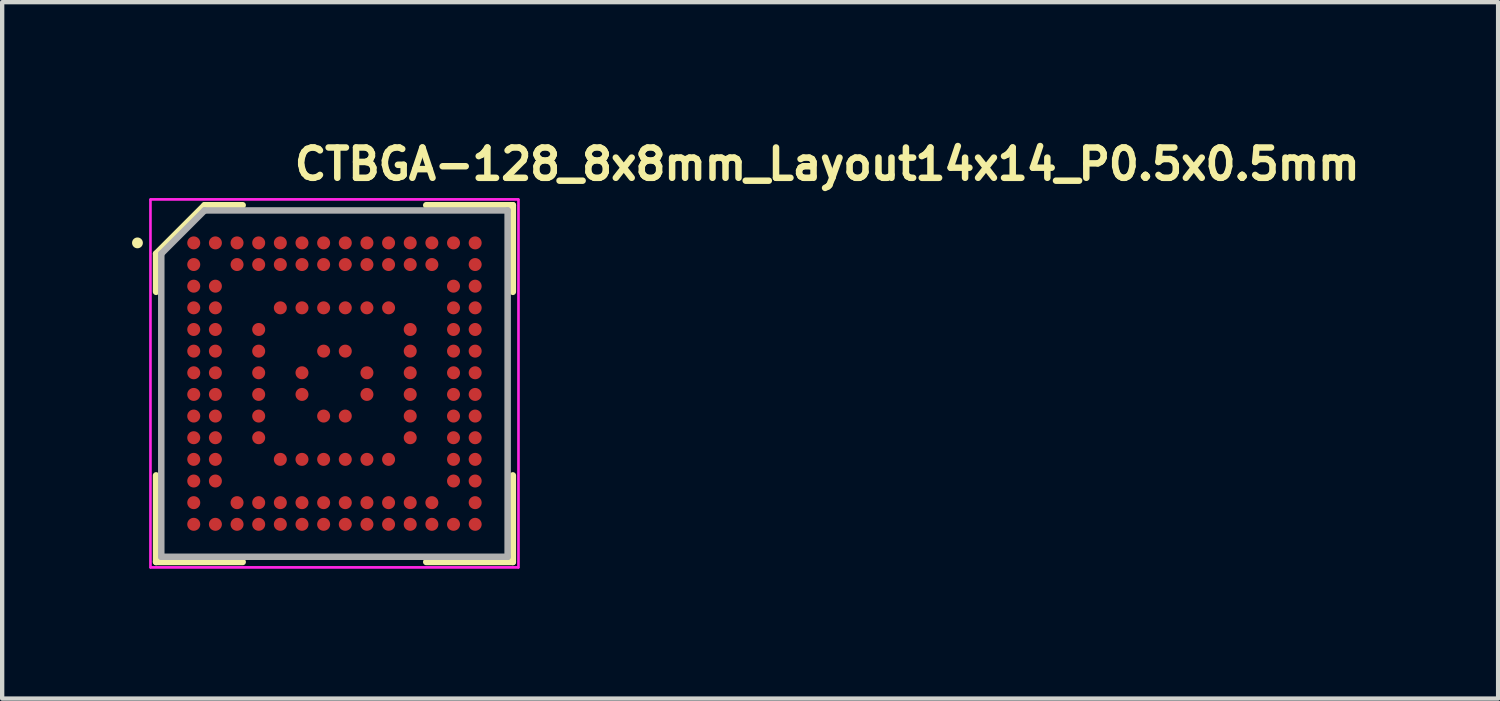
<source format=kicad_pcb>
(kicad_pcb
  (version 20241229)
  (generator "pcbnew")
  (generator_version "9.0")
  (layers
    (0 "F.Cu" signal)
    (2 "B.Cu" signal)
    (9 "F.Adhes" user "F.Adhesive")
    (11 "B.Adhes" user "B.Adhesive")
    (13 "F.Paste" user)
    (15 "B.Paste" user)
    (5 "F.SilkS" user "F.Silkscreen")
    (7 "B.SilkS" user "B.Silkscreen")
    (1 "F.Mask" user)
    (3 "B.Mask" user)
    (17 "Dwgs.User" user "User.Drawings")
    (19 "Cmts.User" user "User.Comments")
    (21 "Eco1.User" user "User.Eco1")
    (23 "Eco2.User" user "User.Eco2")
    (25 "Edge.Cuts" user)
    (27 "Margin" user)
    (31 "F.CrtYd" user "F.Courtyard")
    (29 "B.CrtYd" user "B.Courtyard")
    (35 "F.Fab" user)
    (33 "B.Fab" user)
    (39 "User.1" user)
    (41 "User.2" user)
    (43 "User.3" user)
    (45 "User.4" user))
  (footprint "CTBGA-128_8x8mm_Layout14x14_P0.5x0.5mm"
    (layer "F.Cu")
    (at 4.675 5.8)
    (property "Reference" "CTBGA-128_8x8mm_Layout14x14_P0.5x0.5mm" (at -1 -4.65 0) (unlocked yes) (layer "F.SilkS") (effects (font (size 0.7 0.7) (thickness 0.15)) (justify left bottom)))
    (attr smd)
    (fp_line (start -4.12 -2.99) (end -4.12 -2.11) (stroke (width 0.15) (type solid)) (layer "F.SilkS"))
    (fp_line (start -4.12 4.13) (end -4.12 2.13) (stroke (width 0.15) (type solid)) (layer "F.SilkS"))
    (fp_line (start -3 -4.11) (end -4.12 -2.99) (stroke (width 0.15) (type solid)) (layer "F.SilkS"))
    (fp_line (start -2.12 -4.11) (end -3 -4.11) (stroke (width 0.15) (type solid)) (layer "F.SilkS"))
    (fp_line (start -2.12 4.13) (end -4.12 4.13) (stroke (width 0.15) (type solid)) (layer "F.SilkS"))
    (fp_line (start 2.12 -4.11) (end 4.12 -4.11) (stroke (width 0.15) (type solid)) (layer "F.SilkS"))
    (fp_line (start 2.12 4.13) (end 4.12 4.13) (stroke (width 0.15) (type solid)) (layer "F.SilkS"))
    (fp_line (start 4.12 -4.11) (end 4.12 -2.11) (stroke (width 0.15) (type solid)) (layer "F.SilkS"))
    (fp_line (start 4.12 4.13) (end 4.12 2.13) (stroke (width 0.15) (type solid)) (layer "F.SilkS"))
    (fp_circle (center -4.55 -3.24) (end -4.5 -3.24) (stroke (width 0.15) (type solid)) (fill yes) (layer "F.SilkS"))
    (fp_line (start -4.25 -4.24) (end 4.25 -4.24) (stroke (width 0.05) (type solid)) (layer "F.CrtYd"))
    (fp_line (start -4.25 4.26) (end -4.25 -4.24) (stroke (width 0.05) (type solid)) (layer "F.CrtYd"))
    (fp_line (start 4.25 -4.24) (end 4.25 4.26) (stroke (width 0.05) (type solid)) (layer "F.CrtYd"))
    (fp_line (start 4.25 4.26) (end -4.25 4.26) (stroke (width 0.05) (type solid)) (layer "F.CrtYd"))
    (fp_rect (start -4.25 -4.25) (end 4.25 4.25) (stroke (width 0.05) (type solid)) (fill no) (layer "F.CrtYd"))
    (fp_line (start -4 -2.99) (end -4 4.01) (stroke (width 0.15) (type solid)) (layer "F.Fab"))
    (fp_line (start -4 4.01) (end 4 4.01) (stroke (width 0.15) (type solid)) (layer "F.Fab"))
    (fp_line (start -3 -3.99) (end -4 -2.99) (stroke (width 0.15) (type solid)) (layer "F.Fab"))
    (fp_line (start 4 -3.99) (end -3 -3.99) (stroke (width 0.15) (type solid)) (layer "F.Fab"))
    (fp_line (start 4 4.01) (end 4 -3.99) (stroke (width 0.15) (type solid)) (layer "F.Fab"))
    (fp_rect (start -4 -4) (end 4 4) (stroke (width 0.1) (type solid)) (fill no) (layer "User.5"))
    (fp_line (start -4 -4) (end -4 4) (stroke (width 0.02) (type solid)) (layer "User.9"))
    (fp_line (start -4 -4) (end 4 -4) (stroke (width 0.02) (type solid)) (layer "User.9"))
    (fp_line (start -4 4) (end 4 4) (stroke (width 0.02) (type solid)) (layer "User.9"))
    (fp_line (start -3.77 -3.62) (end -3.766 -3.653) (stroke (width 0.02) (type solid)) (layer "User.9"))
    (fp_line (start -3.766 -3.653) (end -3.755 -3.685) (stroke (width 0.02) (type solid)) (layer "User.9"))
    (fp_line (start -3.766 -3.587) (end -3.77 -3.62) (stroke (width 0.02) (type solid)) (layer "User.9"))
    (fp_line (start -3.755 -3.685) (end -3.737 -3.714) (stroke (width 0.02) (type solid)) (layer "User.9"))
    (fp_line (start -3.755 -3.555) (end -3.766 -3.587) (stroke (width 0.02) (type solid)) (layer "User.9"))
    (fp_line (start -3.737 -3.714) (end -3.714 -3.737) (stroke (width 0.02) (type solid)) (layer "User.9"))
    (fp_line (start -3.737 -3.526) (end -3.755 -3.555) (stroke (width 0.02) (type solid)) (layer "User.9"))
    (fp_line (start -3.714 -3.737) (end -3.685 -3.755) (stroke (width 0.02) (type solid)) (layer "User.9"))
    (fp_line (start -3.714 -3.503) (end -3.737 -3.526) (stroke (width 0.02) (type solid)) (layer "User.9"))
    (fp_line (start -3.685 -3.755) (end -3.653 -3.766) (stroke (width 0.02) (type solid)) (layer "User.9"))
    (fp_line (start -3.685 -3.485) (end -3.714 -3.503) (stroke (width 0.02) (type solid)) (layer "User.9"))
    (fp_line (start -3.653 -3.766) (end -3.62 -3.77) (stroke (width 0.02) (type solid)) (layer "User.9"))
    (fp_line (start -3.653 -3.474) (end -3.685 -3.485) (stroke (width 0.02) (type solid)) (layer "User.9"))
    (fp_line (start -3.62 -3.77) (end -3.587 -3.766) (stroke (width 0.02) (type solid)) (layer "User.9"))
    (fp_line (start -3.62 -3.47) (end -3.653 -3.474) (stroke (width 0.02) (type solid)) (layer "User.9"))
    (fp_line (start -3.587 -3.766) (end -3.555 -3.755) (stroke (width 0.02) (type solid)) (layer "User.9"))
    (fp_line (start -3.587 -3.474) (end -3.62 -3.47) (stroke (width 0.02) (type solid)) (layer "User.9"))
    (fp_line (start -3.555 -3.755) (end -3.526 -3.737) (stroke (width 0.02) (type solid)) (layer "User.9"))
    (fp_line (start -3.555 -3.485) (end -3.587 -3.474) (stroke (width 0.02) (type solid)) (layer "User.9"))
    (fp_line (start -3.526 -3.737) (end -3.503 -3.714) (stroke (width 0.02) (type solid)) (layer "User.9"))
    (fp_line (start -3.526 -3.503) (end -3.555 -3.485) (stroke (width 0.02) (type solid)) (layer "User.9"))
    (fp_line (start -3.503 -3.714) (end -3.485 -3.685) (stroke (width 0.02) (type solid)) (layer "User.9"))
    (fp_line (start -3.503 -3.526) (end -3.526 -3.503) (stroke (width 0.02) (type solid)) (layer "User.9"))
    (fp_line (start -3.485 -3.685) (end -3.474 -3.653) (stroke (width 0.02) (type solid)) (layer "User.9"))
    (fp_line (start -3.485 -3.555) (end -3.503 -3.526) (stroke (width 0.02) (type solid)) (layer "User.9"))
    (fp_line (start -3.474 -3.653) (end -3.47 -3.62) (stroke (width 0.02) (type solid)) (layer "User.9"))
    (fp_line (start -3.474 -3.587) (end -3.485 -3.555) (stroke (width 0.02) (type solid)) (layer "User.9"))
    (fp_line (start -3.47 -3.62) (end -3.474 -3.587) (stroke (width 0.02) (type solid)) (layer "User.9"))
    (fp_line (start 4 -4) (end 4 4) (stroke (width 0.02) (type solid)) (layer "User.9"))
    (pad "A1" smd circle (at -3.25 -3.24) (size 0.3 0.3) (layers "F.Cu" "F.Mask" "F.Paste"))
    (pad "A2" smd circle (at -2.75 -3.24) (size 0.3 0.3) (layers "F.Cu" "F.Mask" "F.Paste"))
    (pad "A3" smd circle (at -2.25 -3.24) (size 0.3 0.3) (layers "F.Cu" "F.Mask" "F.Paste"))
    (pad "A4" smd circle (at -1.75 -3.24) (size 0.3 0.3) (layers "F.Cu" "F.Mask" "F.Paste"))
    (pad "A5" smd circle (at -1.25 -3.24) (size 0.3 0.3) (layers "F.Cu" "F.Mask" "F.Paste"))
    (pad "A6" smd circle (at -0.75 -3.24) (size 0.3 0.3) (layers "F.Cu" "F.Mask" "F.Paste"))
    (pad "A7" smd circle (at -0.25 -3.24) (size 0.3 0.3) (layers "F.Cu" "F.Mask" "F.Paste"))
    (pad "A8" smd circle (at 0.25 -3.24) (size 0.3 0.3) (layers "F.Cu" "F.Mask" "F.Paste"))
    (pad "A9" smd circle (at 0.75 -3.24) (size 0.3 0.3) (layers "F.Cu" "F.Mask" "F.Paste"))
    (pad "A10" smd circle (at 1.25 -3.24) (size 0.3 0.3) (layers "F.Cu" "F.Mask" "F.Paste"))
    (pad "A11" smd circle (at 1.75 -3.24) (size 0.3 0.3) (layers "F.Cu" "F.Mask" "F.Paste"))
    (pad "A12" smd circle (at 2.25 -3.24) (size 0.3 0.3) (layers "F.Cu" "F.Mask" "F.Paste"))
    (pad "A13" smd circle (at 2.75 -3.24) (size 0.3 0.3) (layers "F.Cu" "F.Mask" "F.Paste"))
    (pad "A14" smd circle (at 3.25 -3.24) (size 0.3 0.3) (layers "F.Cu" "F.Mask" "F.Paste"))
    (pad "B1" smd circle (at -3.25 -2.74) (size 0.3 0.3) (layers "F.Cu" "F.Mask" "F.Paste"))
    (pad "B3" smd circle (at -2.25 -2.74) (size 0.3 0.3) (layers "F.Cu" "F.Mask" "F.Paste"))
    (pad "B4" smd circle (at -1.75 -2.74) (size 0.3 0.3) (layers "F.Cu" "F.Mask" "F.Paste"))
    (pad "B5" smd circle (at -1.25 -2.74) (size 0.3 0.3) (layers "F.Cu" "F.Mask" "F.Paste"))
    (pad "B6" smd circle (at -0.75 -2.74) (size 0.3 0.3) (layers "F.Cu" "F.Mask" "F.Paste"))
    (pad "B7" smd circle (at -0.25 -2.74) (size 0.3 0.3) (layers "F.Cu" "F.Mask" "F.Paste"))
    (pad "B8" smd circle (at 0.25 -2.74) (size 0.3 0.3) (layers "F.Cu" "F.Mask" "F.Paste"))
    (pad "B9" smd circle (at 0.75 -2.74) (size 0.3 0.3) (layers "F.Cu" "F.Mask" "F.Paste"))
    (pad "B10" smd circle (at 1.25 -2.74) (size 0.3 0.3) (layers "F.Cu" "F.Mask" "F.Paste"))
    (pad "B11" smd circle (at 1.75 -2.74) (size 0.3 0.3) (layers "F.Cu" "F.Mask" "F.Paste"))
    (pad "B12" smd circle (at 2.25 -2.74) (size 0.3 0.3) (layers "F.Cu" "F.Mask" "F.Paste"))
    (pad "B14" smd circle (at 3.25 -2.74) (size 0.3 0.3) (layers "F.Cu" "F.Mask" "F.Paste"))
    (pad "C1" smd circle (at -3.25 -2.24) (size 0.3 0.3) (layers "F.Cu" "F.Mask" "F.Paste"))
    (pad "C2" smd circle (at -2.75 -2.24) (size 0.3 0.3) (layers "F.Cu" "F.Mask" "F.Paste"))
    (pad "C13" smd circle (at 2.75 -2.24) (size 0.3 0.3) (layers "F.Cu" "F.Mask" "F.Paste"))
    (pad "C14" smd circle (at 3.25 -2.24) (size 0.3 0.3) (layers "F.Cu" "F.Mask" "F.Paste"))
    (pad "D1" smd circle (at -3.25 -1.74) (size 0.3 0.3) (layers "F.Cu" "F.Mask" "F.Paste"))
    (pad "D2" smd circle (at -2.75 -1.74) (size 0.3 0.3) (layers "F.Cu" "F.Mask" "F.Paste"))
    (pad "D5" smd circle (at -1.25 -1.74) (size 0.3 0.3) (layers "F.Cu" "F.Mask" "F.Paste"))
    (pad "D6" smd circle (at -0.75 -1.74) (size 0.3 0.3) (layers "F.Cu" "F.Mask" "F.Paste"))
    (pad "D7" smd circle (at -0.25 -1.74) (size 0.3 0.3) (layers "F.Cu" "F.Mask" "F.Paste"))
    (pad "D8" smd circle (at 0.25 -1.74) (size 0.3 0.3) (layers "F.Cu" "F.Mask" "F.Paste"))
    (pad "D9" smd circle (at 0.75 -1.74) (size 0.3 0.3) (layers "F.Cu" "F.Mask" "F.Paste"))
    (pad "D10" smd circle (at 1.25 -1.74) (size 0.3 0.3) (layers "F.Cu" "F.Mask" "F.Paste"))
    (pad "D13" smd circle (at 2.75 -1.74) (size 0.3 0.3) (layers "F.Cu" "F.Mask" "F.Paste"))
    (pad "D14" smd circle (at 3.25 -1.74) (size 0.3 0.3) (layers "F.Cu" "F.Mask" "F.Paste"))
    (pad "E1" smd circle (at -3.25 -1.24) (size 0.3 0.3) (layers "F.Cu" "F.Mask" "F.Paste"))
    (pad "E2" smd circle (at -2.75 -1.24) (size 0.3 0.3) (layers "F.Cu" "F.Mask" "F.Paste"))
    (pad "E4" smd circle (at -1.75 -1.24) (size 0.3 0.3) (layers "F.Cu" "F.Mask" "F.Paste"))
    (pad "E11" smd circle (at 1.75 -1.24) (size 0.3 0.3) (layers "F.Cu" "F.Mask" "F.Paste"))
    (pad "E13" smd circle (at 2.75 -1.24) (size 0.3 0.3) (layers "F.Cu" "F.Mask" "F.Paste"))
    (pad "E14" smd circle (at 3.25 -1.24) (size 0.3 0.3) (layers "F.Cu" "F.Mask" "F.Paste"))
    (pad "F1" smd circle (at -3.25 -0.74) (size 0.3 0.3) (layers "F.Cu" "F.Mask" "F.Paste"))
    (pad "F2" smd circle (at -2.75 -0.74) (size 0.3 0.3) (layers "F.Cu" "F.Mask" "F.Paste"))
    (pad "F4" smd circle (at -1.75 -0.74) (size 0.3 0.3) (layers "F.Cu" "F.Mask" "F.Paste"))
    (pad "F7" smd circle (at -0.25 -0.74) (size 0.3 0.3) (layers "F.Cu" "F.Mask" "F.Paste"))
    (pad "F8" smd circle (at 0.25 -0.74) (size 0.3 0.3) (layers "F.Cu" "F.Mask" "F.Paste"))
    (pad "F11" smd circle (at 1.75 -0.74) (size 0.3 0.3) (layers "F.Cu" "F.Mask" "F.Paste"))
    (pad "F13" smd circle (at 2.75 -0.74) (size 0.3 0.3) (layers "F.Cu" "F.Mask" "F.Paste"))
    (pad "F14" smd circle (at 3.25 -0.74) (size 0.3 0.3) (layers "F.Cu" "F.Mask" "F.Paste"))
    (pad "G1" smd circle (at -3.25 -0.24) (size 0.3 0.3) (layers "F.Cu" "F.Mask" "F.Paste"))
    (pad "G2" smd circle (at -2.75 -0.24) (size 0.3 0.3) (layers "F.Cu" "F.Mask" "F.Paste"))
    (pad "G4" smd circle (at -1.75 -0.24) (size 0.3 0.3) (layers "F.Cu" "F.Mask" "F.Paste"))
    (pad "G6" smd circle (at -0.75 -0.24) (size 0.3 0.3) (layers "F.Cu" "F.Mask" "F.Paste"))
    (pad "G9" smd circle (at 0.75 -0.24) (size 0.3 0.3) (layers "F.Cu" "F.Mask" "F.Paste"))
    (pad "G11" smd circle (at 1.75 -0.24) (size 0.3 0.3) (layers "F.Cu" "F.Mask" "F.Paste"))
    (pad "G13" smd circle (at 2.75 -0.24) (size 0.3 0.3) (layers "F.Cu" "F.Mask" "F.Paste"))
    (pad "G14" smd circle (at 3.25 -0.24) (size 0.3 0.3) (layers "F.Cu" "F.Mask" "F.Paste"))
    (pad "H1" smd circle (at -3.25 0.26) (size 0.3 0.3) (layers "F.Cu" "F.Mask" "F.Paste"))
    (pad "H2" smd circle (at -2.75 0.26) (size 0.3 0.3) (layers "F.Cu" "F.Mask" "F.Paste"))
    (pad "H4" smd circle (at -1.75 0.26) (size 0.3 0.3) (layers "F.Cu" "F.Mask" "F.Paste"))
    (pad "H6" smd circle (at -0.75 0.26) (size 0.3 0.3) (layers "F.Cu" "F.Mask" "F.Paste"))
    (pad "H9" smd circle (at 0.75 0.26) (size 0.3 0.3) (layers "F.Cu" "F.Mask" "F.Paste"))
    (pad "H11" smd circle (at 1.75 0.26) (size 0.3 0.3) (layers "F.Cu" "F.Mask" "F.Paste"))
    (pad "H13" smd circle (at 2.75 0.26) (size 0.3 0.3) (layers "F.Cu" "F.Mask" "F.Paste"))
    (pad "H14" smd circle (at 3.25 0.26) (size 0.3 0.3) (layers "F.Cu" "F.Mask" "F.Paste"))
    (pad "J1" smd circle (at -3.25 0.76) (size 0.3 0.3) (layers "F.Cu" "F.Mask" "F.Paste"))
    (pad "J2" smd circle (at -2.75 0.76) (size 0.3 0.3) (layers "F.Cu" "F.Mask" "F.Paste"))
    (pad "J4" smd circle (at -1.75 0.76) (size 0.3 0.3) (layers "F.Cu" "F.Mask" "F.Paste"))
    (pad "J7" smd circle (at -0.25 0.76) (size 0.3 0.3) (layers "F.Cu" "F.Mask" "F.Paste"))
    (pad "J8" smd circle (at 0.25 0.76) (size 0.3 0.3) (layers "F.Cu" "F.Mask" "F.Paste"))
    (pad "J11" smd circle (at 1.75 0.76) (size 0.3 0.3) (layers "F.Cu" "F.Mask" "F.Paste"))
    (pad "J13" smd circle (at 2.75 0.76) (size 0.3 0.3) (layers "F.Cu" "F.Mask" "F.Paste"))
    (pad "J14" smd circle (at 3.25 0.76) (size 0.3 0.3) (layers "F.Cu" "F.Mask" "F.Paste"))
    (pad "K1" smd circle (at -3.25 1.26) (size 0.3 0.3) (layers "F.Cu" "F.Mask" "F.Paste"))
    (pad "K2" smd circle (at -2.75 1.26) (size 0.3 0.3) (layers "F.Cu" "F.Mask" "F.Paste"))
    (pad "K4" smd circle (at -1.75 1.26) (size 0.3 0.3) (layers "F.Cu" "F.Mask" "F.Paste"))
    (pad "K11" smd circle (at 1.75 1.26) (size 0.3 0.3) (layers "F.Cu" "F.Mask" "F.Paste"))
    (pad "K13" smd circle (at 2.75 1.26) (size 0.3 0.3) (layers "F.Cu" "F.Mask" "F.Paste"))
    (pad "K14" smd circle (at 3.25 1.26) (size 0.3 0.3) (layers "F.Cu" "F.Mask" "F.Paste"))
    (pad "L1" smd circle (at -3.25 1.76) (size 0.3 0.3) (layers "F.Cu" "F.Mask" "F.Paste"))
    (pad "L2" smd circle (at -2.75 1.76) (size 0.3 0.3) (layers "F.Cu" "F.Mask" "F.Paste"))
    (pad "L5" smd circle (at -1.25 1.76) (size 0.3 0.3) (layers "F.Cu" "F.Mask" "F.Paste"))
    (pad "L6" smd circle (at -0.75 1.76) (size 0.3 0.3) (layers "F.Cu" "F.Mask" "F.Paste"))
    (pad "L7" smd circle (at -0.25 1.76) (size 0.3 0.3) (layers "F.Cu" "F.Mask" "F.Paste"))
    (pad "L8" smd circle (at 0.25 1.76) (size 0.3 0.3) (layers "F.Cu" "F.Mask" "F.Paste"))
    (pad "L9" smd circle (at 0.75 1.76) (size 0.3 0.3) (layers "F.Cu" "F.Mask" "F.Paste"))
    (pad "L10" smd circle (at 1.25 1.76) (size 0.3 0.3) (layers "F.Cu" "F.Mask" "F.Paste"))
    (pad "L13" smd circle (at 2.75 1.76) (size 0.3 0.3) (layers "F.Cu" "F.Mask" "F.Paste"))
    (pad "L14" smd circle (at 3.25 1.76) (size 0.3 0.3) (layers "F.Cu" "F.Mask" "F.Paste"))
    (pad "M1" smd circle (at -3.25 2.26) (size 0.3 0.3) (layers "F.Cu" "F.Mask" "F.Paste"))
    (pad "M2" smd circle (at -2.75 2.26) (size 0.3 0.3) (layers "F.Cu" "F.Mask" "F.Paste"))
    (pad "M13" smd circle (at 2.75 2.26) (size 0.3 0.3) (layers "F.Cu" "F.Mask" "F.Paste"))
    (pad "M14" smd circle (at 3.25 2.26) (size 0.3 0.3) (layers "F.Cu" "F.Mask" "F.Paste"))
    (pad "N1" smd circle (at -3.25 2.76) (size 0.3 0.3) (layers "F.Cu" "F.Mask" "F.Paste"))
    (pad "N3" smd circle (at -2.25 2.76) (size 0.3 0.3) (layers "F.Cu" "F.Mask" "F.Paste"))
    (pad "N4" smd circle (at -1.75 2.76) (size 0.3 0.3) (layers "F.Cu" "F.Mask" "F.Paste"))
    (pad "N5" smd circle (at -1.25 2.76) (size 0.3 0.3) (layers "F.Cu" "F.Mask" "F.Paste"))
    (pad "N6" smd circle (at -0.75 2.76) (size 0.3 0.3) (layers "F.Cu" "F.Mask" "F.Paste"))
    (pad "N7" smd circle (at -0.25 2.76) (size 0.3 0.3) (layers "F.Cu" "F.Mask" "F.Paste"))
    (pad "N8" smd circle (at 0.25 2.76) (size 0.3 0.3) (layers "F.Cu" "F.Mask" "F.Paste"))
    (pad "N9" smd circle (at 0.75 2.76) (size 0.3 0.3) (layers "F.Cu" "F.Mask" "F.Paste"))
    (pad "N10" smd circle (at 1.25 2.76) (size 0.3 0.3) (layers "F.Cu" "F.Mask" "F.Paste"))
    (pad "N11" smd circle (at 1.75 2.76) (size 0.3 0.3) (layers "F.Cu" "F.Mask" "F.Paste"))
    (pad "N12" smd circle (at 2.25 2.76) (size 0.3 0.3) (layers "F.Cu" "F.Mask" "F.Paste"))
    (pad "N14" smd circle (at 3.25 2.76) (size 0.3 0.3) (layers "F.Cu" "F.Mask" "F.Paste"))
    (pad "P1" smd circle (at -3.25 3.26) (size 0.3 0.3) (layers "F.Cu" "F.Mask" "F.Paste"))
    (pad "P2" smd circle (at -2.75 3.26) (size 0.3 0.3) (layers "F.Cu" "F.Mask" "F.Paste"))
    (pad "P3" smd circle (at -2.25 3.26) (size 0.3 0.3) (layers "F.Cu" "F.Mask" "F.Paste"))
    (pad "P4" smd circle (at -1.75 3.26) (size 0.3 0.3) (layers "F.Cu" "F.Mask" "F.Paste"))
    (pad "P5" smd circle (at -1.25 3.26) (size 0.3 0.3) (layers "F.Cu" "F.Mask" "F.Paste"))
    (pad "P6" smd circle (at -0.75 3.26) (size 0.3 0.3) (layers "F.Cu" "F.Mask" "F.Paste"))
    (pad "P7" smd circle (at -0.25 3.26) (size 0.3 0.3) (layers "F.Cu" "F.Mask" "F.Paste"))
    (pad "P8" smd circle (at 0.25 3.26) (size 0.3 0.3) (layers "F.Cu" "F.Mask" "F.Paste"))
    (pad "P9" smd circle (at 0.75 3.26) (size 0.3 0.3) (layers "F.Cu" "F.Mask" "F.Paste"))
    (pad "P10" smd circle (at 1.25 3.26) (size 0.3 0.3) (layers "F.Cu" "F.Mask" "F.Paste"))
    (pad "P11" smd circle (at 1.75 3.26) (size 0.3 0.3) (layers "F.Cu" "F.Mask" "F.Paste"))
    (pad "P12" smd circle (at 2.25 3.26) (size 0.3 0.3) (layers "F.Cu" "F.Mask" "F.Paste"))
    (pad "P13" smd circle (at 2.75 3.26) (size 0.3 0.3) (layers "F.Cu" "F.Mask" "F.Paste"))
    (pad "P14" smd circle (at 3.25 3.26) (size 0.3 0.3) (layers "F.Cu" "F.Mask" "F.Paste")))
  (gr_rect
    (start -3 -3)
    (end 31.552 13.085)
    (stroke (width 0.1) (type default))
    (fill no)
    (layer "Edge.Cuts")))
</source>
